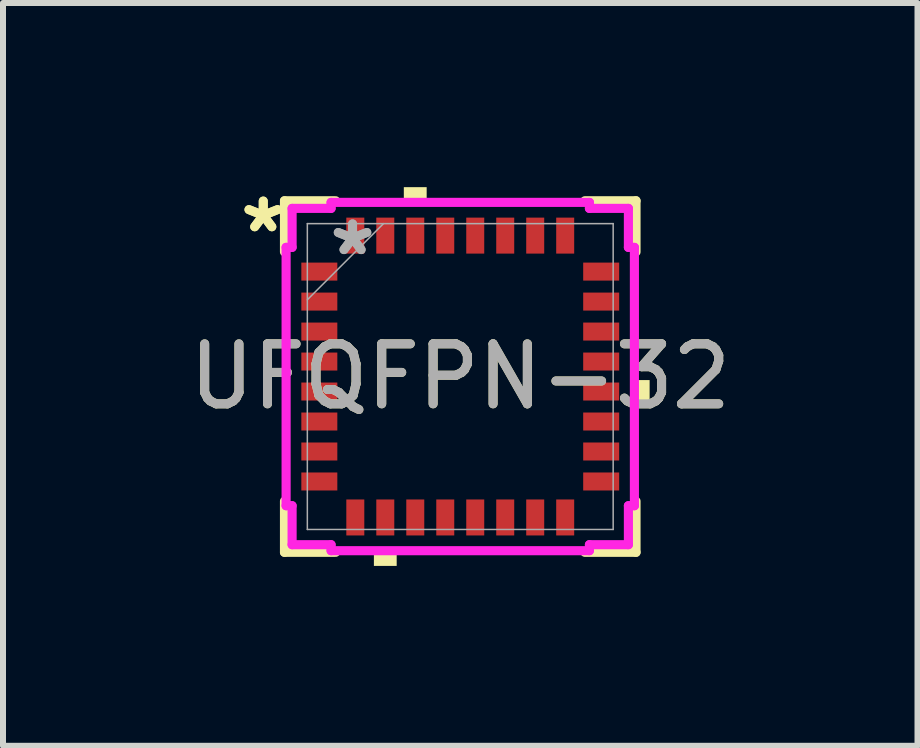
<source format=kicad_pcb>
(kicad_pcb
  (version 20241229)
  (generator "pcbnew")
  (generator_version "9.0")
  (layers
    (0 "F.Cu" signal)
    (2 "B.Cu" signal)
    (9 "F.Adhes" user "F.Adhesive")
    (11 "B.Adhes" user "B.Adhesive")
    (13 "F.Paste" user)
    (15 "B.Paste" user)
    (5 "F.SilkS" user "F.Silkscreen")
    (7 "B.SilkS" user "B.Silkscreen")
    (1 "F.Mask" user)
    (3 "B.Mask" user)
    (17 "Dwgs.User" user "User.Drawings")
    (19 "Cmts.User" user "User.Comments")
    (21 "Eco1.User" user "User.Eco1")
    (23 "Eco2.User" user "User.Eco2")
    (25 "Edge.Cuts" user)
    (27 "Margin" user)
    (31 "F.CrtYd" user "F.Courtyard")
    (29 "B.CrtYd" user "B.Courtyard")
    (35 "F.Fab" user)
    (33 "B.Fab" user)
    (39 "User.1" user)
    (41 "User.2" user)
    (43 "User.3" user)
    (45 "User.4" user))
  (footprint "UFQFPN-32"
    (layer "F.Cu")
    (at 4.625 3.229)
    (property "Reference" "UFQFPN-32" (at 0 0 0) (unlocked yes) (layer "F.SilkS") (effects (font (size 1 1) (thickness 0.15))))
    (attr smd)
    (fp_poly (pts (xy -2.65 -1.9) (xy -2.65 -1.6) (xy -2.05 -1.6) (xy -2.05 -1.9)) (stroke (width 0) (type solid)) (fill yes) (layer "F.Mask"))
    (fp_poly (pts (xy -2.65 -1.4) (xy -2.65 -1.1) (xy -2.05 -1.1) (xy -2.05 -1.4)) (stroke (width 0) (type solid)) (fill yes) (layer "F.Mask"))
    (fp_poly (pts (xy -2.65 -0.9) (xy -2.65 -0.6) (xy -2.05 -0.6) (xy -2.05 -0.9)) (stroke (width 0) (type solid)) (fill yes) (layer "F.Mask"))
    (fp_poly (pts (xy -2.65 -0.4) (xy -2.65 -0.1) (xy -2.05 -0.1) (xy -2.05 -0.4)) (stroke (width 0) (type solid)) (fill yes) (layer "F.Mask"))
    (fp_poly (pts (xy -2.65 0.1) (xy -2.65 0.4) (xy -2.05 0.4) (xy -2.05 0.1)) (stroke (width 0) (type solid)) (fill yes) (layer "F.Mask"))
    (fp_poly (pts (xy -2.65 0.6) (xy -2.65 0.9) (xy -2.05 0.9) (xy -2.05 0.6)) (stroke (width 0) (type solid)) (fill yes) (layer "F.Mask"))
    (fp_poly (pts (xy -2.65 1.1) (xy -2.65 1.4) (xy -2.05 1.4) (xy -2.05 1.1)) (stroke (width 0) (type solid)) (fill yes) (layer "F.Mask"))
    (fp_poly (pts (xy -2.65 1.6) (xy -2.65 1.9) (xy -2.05 1.9) (xy -2.05 1.6)) (stroke (width 0) (type solid)) (fill yes) (layer "F.Mask"))
    (fp_poly (pts (xy -1.9 -2.65) (xy -1.9 -2.05) (xy -1.6 -2.05) (xy -1.6 -2.65)) (stroke (width 0) (type solid)) (fill yes) (layer "F.Mask"))
    (fp_poly (pts (xy -1.9 2.05) (xy -1.9 2.65) (xy -1.6 2.65) (xy -1.6 2.05)) (stroke (width 0) (type solid)) (fill yes) (layer "F.Mask"))
    (fp_poly (pts (xy -1.4 -2.65) (xy -1.4 -2.05) (xy -1.1 -2.05) (xy -1.1 -2.65)) (stroke (width 0) (type solid)) (fill yes) (layer "F.Mask"))
    (fp_poly (pts (xy -1.4 2.05) (xy -1.4 2.65) (xy -1.1 2.65) (xy -1.1 2.05)) (stroke (width 0) (type solid)) (fill yes) (layer "F.Mask"))
    (fp_poly (pts (xy -0.9 -2.65) (xy -0.9 -2.05) (xy -0.6 -2.05) (xy -0.6 -2.65)) (stroke (width 0) (type solid)) (fill yes) (layer "F.Mask"))
    (fp_poly (pts (xy -0.9 2.05) (xy -0.9 2.65) (xy -0.6 2.65) (xy -0.6 2.05)) (stroke (width 0) (type solid)) (fill yes) (layer "F.Mask"))
    (fp_poly (pts (xy -0.4 -2.65) (xy -0.4 -2.05) (xy -0.1 -2.05) (xy -0.1 -2.65)) (stroke (width 0) (type solid)) (fill yes) (layer "F.Mask"))
    (fp_poly (pts (xy -0.4 2.05) (xy -0.4 2.65) (xy -0.1 2.65) (xy -0.1 2.05)) (stroke (width 0) (type solid)) (fill yes) (layer "F.Mask"))
    (fp_poly (pts (xy 0.1 -2.65) (xy 0.1 -2.05) (xy 0.4 -2.05) (xy 0.4 -2.65)) (stroke (width 0) (type solid)) (fill yes) (layer "F.Mask"))
    (fp_poly (pts (xy 0.1 2.05) (xy 0.1 2.65) (xy 0.4 2.65) (xy 0.4 2.05)) (stroke (width 0) (type solid)) (fill yes) (layer "F.Mask"))
    (fp_poly (pts (xy 0.6 -2.65) (xy 0.6 -2.05) (xy 0.9 -2.05) (xy 0.9 -2.65)) (stroke (width 0) (type solid)) (fill yes) (layer "F.Mask"))
    (fp_poly (pts (xy 0.6 2.05) (xy 0.6 2.65) (xy 0.9 2.65) (xy 0.9 2.05)) (stroke (width 0) (type solid)) (fill yes) (layer "F.Mask"))
    (fp_poly (pts (xy 1.1 -2.65) (xy 1.1 -2.05) (xy 1.4 -2.05) (xy 1.4 -2.65)) (stroke (width 0) (type solid)) (fill yes) (layer "F.Mask"))
    (fp_poly (pts (xy 1.1 2.05) (xy 1.1 2.65) (xy 1.4 2.65) (xy 1.4 2.05)) (stroke (width 0) (type solid)) (fill yes) (layer "F.Mask"))
    (fp_poly (pts (xy 1.6 -2.65) (xy 1.6 -2.05) (xy 1.9 -2.05) (xy 1.9 -2.65)) (stroke (width 0) (type solid)) (fill yes) (layer "F.Mask"))
    (fp_poly (pts (xy 1.6 2.05) (xy 1.6 2.65) (xy 1.9 2.65) (xy 1.9 2.05)) (stroke (width 0) (type solid)) (fill yes) (layer "F.Mask"))
    (fp_poly (pts (xy 2.05 -1.9) (xy 2.05 -1.6) (xy 2.65 -1.6) (xy 2.65 -1.9)) (stroke (width 0) (type solid)) (fill yes) (layer "F.Mask"))
    (fp_poly (pts (xy 2.05 -1.4) (xy 2.05 -1.1) (xy 2.65 -1.1) (xy 2.65 -1.4)) (stroke (width 0) (type solid)) (fill yes) (layer "F.Mask"))
    (fp_poly (pts (xy 2.05 -0.9) (xy 2.05 -0.6) (xy 2.65 -0.6) (xy 2.65 -0.9)) (stroke (width 0) (type solid)) (fill yes) (layer "F.Mask"))
    (fp_poly (pts (xy 2.05 -0.4) (xy 2.05 -0.1) (xy 2.65 -0.1) (xy 2.65 -0.4)) (stroke (width 0) (type solid)) (fill yes) (layer "F.Mask"))
    (fp_poly (pts (xy 2.05 0.1) (xy 2.05 0.4) (xy 2.65 0.4) (xy 2.65 0.1)) (stroke (width 0) (type solid)) (fill yes) (layer "F.Mask"))
    (fp_poly (pts (xy 2.05 0.6) (xy 2.05 0.9) (xy 2.65 0.9) (xy 2.65 0.6)) (stroke (width 0) (type solid)) (fill yes) (layer "F.Mask"))
    (fp_poly (pts (xy 2.05 1.1) (xy 2.05 1.4) (xy 2.65 1.4) (xy 2.65 1.1)) (stroke (width 0) (type solid)) (fill yes) (layer "F.Mask"))
    (fp_poly (pts (xy 2.05 1.6) (xy 2.05 1.9) (xy 2.65 1.9) (xy 2.65 1.6)) (stroke (width 0) (type solid)) (fill yes) (layer "F.Mask"))
    (fp_line (start -2.931 -2.931) (end -2.931 -2.078) (stroke (width 0.152) (type solid)) (layer "F.SilkS"))
    (fp_line (start -2.931 2.078) (end -2.931 2.931) (stroke (width 0.152) (type solid)) (layer "F.SilkS"))
    (fp_line (start -2.931 2.931) (end -2.078 2.931) (stroke (width 0.152) (type solid)) (layer "F.SilkS"))
    (fp_line (start -2.078 -2.931) (end -2.931 -2.931) (stroke (width 0.152) (type solid)) (layer "F.SilkS"))
    (fp_line (start 2.078 2.931) (end 2.931 2.931) (stroke (width 0.152) (type solid)) (layer "F.SilkS"))
    (fp_line (start 2.931 -2.931) (end 2.078 -2.931) (stroke (width 0.152) (type solid)) (layer "F.SilkS"))
    (fp_line (start 2.931 -2.078) (end 2.931 -2.931) (stroke (width 0.152) (type solid)) (layer "F.SilkS"))
    (fp_line (start 2.931 2.931) (end 2.931 2.078) (stroke (width 0.152) (type solid)) (layer "F.SilkS"))
    (fp_poly (pts (xy -1.44 2.904) (xy -1.44 3.158) (xy -1.06 3.158) (xy -1.06 2.904)) (stroke (width 0) (type solid)) (fill yes) (layer "F.SilkS"))
    (fp_poly (pts (xy -0.941 -2.904) (xy -0.941 -3.158) (xy -0.56 -3.158) (xy -0.56 -2.904)) (stroke (width 0) (type solid)) (fill yes) (layer "F.SilkS"))
    (fp_poly (pts (xy 3.158 0.059) (xy 3.158 0.441) (xy 2.904 0.441) (xy 2.904 0.059)) (stroke (width 0) (type solid)) (fill yes) (layer "F.SilkS"))
    (fp_poly (pts (xy -2.65 -1.9) (xy -2.65 -1.6) (xy -2.05 -1.6) (xy -2.05 -1.9)) (stroke (width 0) (type solid)) (fill yes) (layer "F.Paste"))
    (fp_poly (pts (xy -2.65 -1.4) (xy -2.65 -1.1) (xy -2.05 -1.1) (xy -2.05 -1.4)) (stroke (width 0) (type solid)) (fill yes) (layer "F.Paste"))
    (fp_poly (pts (xy -2.65 -0.9) (xy -2.65 -0.6) (xy -2.05 -0.6) (xy -2.05 -0.9)) (stroke (width 0) (type solid)) (fill yes) (layer "F.Paste"))
    (fp_poly (pts (xy -2.65 -0.4) (xy -2.65 -0.1) (xy -2.05 -0.1) (xy -2.05 -0.4)) (stroke (width 0) (type solid)) (fill yes) (layer "F.Paste"))
    (fp_poly (pts (xy -2.65 0.1) (xy -2.65 0.4) (xy -2.05 0.4) (xy -2.05 0.1)) (stroke (width 0) (type solid)) (fill yes) (layer "F.Paste"))
    (fp_poly (pts (xy -2.65 0.6) (xy -2.65 0.9) (xy -2.05 0.9) (xy -2.05 0.6)) (stroke (width 0) (type solid)) (fill yes) (layer "F.Paste"))
    (fp_poly (pts (xy -2.65 1.1) (xy -2.65 1.4) (xy -2.05 1.4) (xy -2.05 1.1)) (stroke (width 0) (type solid)) (fill yes) (layer "F.Paste"))
    (fp_poly (pts (xy -2.65 1.6) (xy -2.65 1.9) (xy -2.05 1.9) (xy -2.05 1.6)) (stroke (width 0) (type solid)) (fill yes) (layer "F.Paste"))
    (fp_poly (pts (xy -1.9 -2.65) (xy -1.9 -2.05) (xy -1.6 -2.05) (xy -1.6 -2.65)) (stroke (width 0) (type solid)) (fill yes) (layer "F.Paste"))
    (fp_poly (pts (xy -1.9 2.05) (xy -1.9 2.65) (xy -1.6 2.65) (xy -1.6 2.05)) (stroke (width 0) (type solid)) (fill yes) (layer "F.Paste"))
    (fp_poly (pts (xy -1.4 -2.65) (xy -1.4 -2.05) (xy -1.1 -2.05) (xy -1.1 -2.65)) (stroke (width 0) (type solid)) (fill yes) (layer "F.Paste"))
    (fp_poly (pts (xy -1.4 2.05) (xy -1.4 2.65) (xy -1.1 2.65) (xy -1.1 2.05)) (stroke (width 0) (type solid)) (fill yes) (layer "F.Paste"))
    (fp_poly (pts (xy -0.9 -2.65) (xy -0.9 -2.05) (xy -0.6 -2.05) (xy -0.6 -2.65)) (stroke (width 0) (type solid)) (fill yes) (layer "F.Paste"))
    (fp_poly (pts (xy -0.9 2.05) (xy -0.9 2.65) (xy -0.6 2.65) (xy -0.6 2.05)) (stroke (width 0) (type solid)) (fill yes) (layer "F.Paste"))
    (fp_poly (pts (xy -0.4 -2.65) (xy -0.4 -2.05) (xy -0.1 -2.05) (xy -0.1 -2.65)) (stroke (width 0) (type solid)) (fill yes) (layer "F.Paste"))
    (fp_poly (pts (xy -0.4 2.05) (xy -0.4 2.65) (xy -0.1 2.65) (xy -0.1 2.05)) (stroke (width 0) (type solid)) (fill yes) (layer "F.Paste"))
    (fp_poly (pts (xy 0.1 -2.65) (xy 0.1 -2.05) (xy 0.4 -2.05) (xy 0.4 -2.65)) (stroke (width 0) (type solid)) (fill yes) (layer "F.Paste"))
    (fp_poly (pts (xy 0.1 2.05) (xy 0.1 2.65) (xy 0.4 2.65) (xy 0.4 2.05)) (stroke (width 0) (type solid)) (fill yes) (layer "F.Paste"))
    (fp_poly (pts (xy 0.6 -2.65) (xy 0.6 -2.05) (xy 0.9 -2.05) (xy 0.9 -2.65)) (stroke (width 0) (type solid)) (fill yes) (layer "F.Paste"))
    (fp_poly (pts (xy 0.6 2.05) (xy 0.6 2.65) (xy 0.9 2.65) (xy 0.9 2.05)) (stroke (width 0) (type solid)) (fill yes) (layer "F.Paste"))
    (fp_poly (pts (xy 1.1 -2.65) (xy 1.1 -2.05) (xy 1.4 -2.05) (xy 1.4 -2.65)) (stroke (width 0) (type solid)) (fill yes) (layer "F.Paste"))
    (fp_poly (pts (xy 1.1 2.05) (xy 1.1 2.65) (xy 1.4 2.65) (xy 1.4 2.05)) (stroke (width 0) (type solid)) (fill yes) (layer "F.Paste"))
    (fp_poly (pts (xy 1.6 -2.65) (xy 1.6 -2.05) (xy 1.9 -2.05) (xy 1.9 -2.65)) (stroke (width 0) (type solid)) (fill yes) (layer "F.Paste"))
    (fp_poly (pts (xy 1.6 2.05) (xy 1.6 2.65) (xy 1.9 2.65) (xy 1.9 2.05)) (stroke (width 0) (type solid)) (fill yes) (layer "F.Paste"))
    (fp_poly (pts (xy 2.05 -1.9) (xy 2.05 -1.6) (xy 2.65 -1.6) (xy 2.65 -1.9)) (stroke (width 0) (type solid)) (fill yes) (layer "F.Paste"))
    (fp_poly (pts (xy 2.05 -1.4) (xy 2.05 -1.1) (xy 2.65 -1.1) (xy 2.65 -1.4)) (stroke (width 0) (type solid)) (fill yes) (layer "F.Paste"))
    (fp_poly (pts (xy 2.05 -0.9) (xy 2.05 -0.6) (xy 2.65 -0.6) (xy 2.65 -0.9)) (stroke (width 0) (type solid)) (fill yes) (layer "F.Paste"))
    (fp_poly (pts (xy 2.05 -0.4) (xy 2.05 -0.1) (xy 2.65 -0.1) (xy 2.65 -0.4)) (stroke (width 0) (type solid)) (fill yes) (layer "F.Paste"))
    (fp_poly (pts (xy 2.05 0.1) (xy 2.05 0.4) (xy 2.65 0.4) (xy 2.65 0.1)) (stroke (width 0) (type solid)) (fill yes) (layer "F.Paste"))
    (fp_poly (pts (xy 2.05 0.6) (xy 2.05 0.9) (xy 2.65 0.9) (xy 2.65 0.6)) (stroke (width 0) (type solid)) (fill yes) (layer "F.Paste"))
    (fp_poly (pts (xy 2.05 1.1) (xy 2.05 1.4) (xy 2.65 1.4) (xy 2.65 1.1)) (stroke (width 0) (type solid)) (fill yes) (layer "F.Paste"))
    (fp_poly (pts (xy 2.05 1.6) (xy 2.05 1.9) (xy 2.65 1.9) (xy 2.65 1.6)) (stroke (width 0) (type solid)) (fill yes) (layer "F.Paste"))
    (fp_line (start -2.904 -2.154) (end -2.804 -2.154) (stroke (width 0.152) (type solid)) (layer "F.CrtYd"))
    (fp_line (start -2.904 2.154) (end -2.904 -2.154) (stroke (width 0.152) (type solid)) (layer "F.CrtYd"))
    (fp_line (start -2.804 -2.804) (end -2.154 -2.804) (stroke (width 0.152) (type solid)) (layer "F.CrtYd"))
    (fp_line (start -2.804 -2.154) (end -2.804 -2.804) (stroke (width 0.152) (type solid)) (layer "F.CrtYd"))
    (fp_line (start -2.804 2.154) (end -2.904 2.154) (stroke (width 0.152) (type solid)) (layer "F.CrtYd"))
    (fp_line (start -2.804 2.804) (end -2.804 2.154) (stroke (width 0.152) (type solid)) (layer "F.CrtYd"))
    (fp_line (start -2.154 -2.904) (end 2.154 -2.904) (stroke (width 0.152) (type solid)) (layer "F.CrtYd"))
    (fp_line (start -2.154 -2.804) (end -2.154 -2.904) (stroke (width 0.152) (type solid)) (layer "F.CrtYd"))
    (fp_line (start -2.154 2.804) (end -2.804 2.804) (stroke (width 0.152) (type solid)) (layer "F.CrtYd"))
    (fp_line (start -2.154 2.904) (end -2.154 2.804) (stroke (width 0.152) (type solid)) (layer "F.CrtYd"))
    (fp_line (start 2.154 -2.904) (end 2.154 -2.804) (stroke (width 0.152) (type solid)) (layer "F.CrtYd"))
    (fp_line (start 2.154 -2.804) (end 2.804 -2.804) (stroke (width 0.152) (type solid)) (layer "F.CrtYd"))
    (fp_line (start 2.154 2.804) (end 2.154 2.904) (stroke (width 0.152) (type solid)) (layer "F.CrtYd"))
    (fp_line (start 2.154 2.904) (end -2.154 2.904) (stroke (width 0.152) (type solid)) (layer "F.CrtYd"))
    (fp_line (start 2.804 -2.804) (end 2.804 -2.154) (stroke (width 0.152) (type solid)) (layer "F.CrtYd"))
    (fp_line (start 2.804 -2.154) (end 2.904 -2.154) (stroke (width 0.152) (type solid)) (layer "F.CrtYd"))
    (fp_line (start 2.804 2.154) (end 2.804 2.804) (stroke (width 0.152) (type solid)) (layer "F.CrtYd"))
    (fp_line (start 2.804 2.804) (end 2.154 2.804) (stroke (width 0.152) (type solid)) (layer "F.CrtYd"))
    (fp_line (start 2.904 -2.154) (end 2.904 2.154) (stroke (width 0.152) (type solid)) (layer "F.CrtYd"))
    (fp_line (start 2.904 2.154) (end 2.804 2.154) (stroke (width 0.152) (type solid)) (layer "F.CrtYd"))
    (fp_line (start -2.55 -2.55) (end -2.55 2.55) (stroke (width 0.025) (type solid)) (layer "F.Fab"))
    (fp_line (start -2.55 -1.28) (end -1.28 -2.55) (stroke (width 0.025) (type solid)) (layer "F.Fab"))
    (fp_line (start -2.55 2.55) (end 2.55 2.55) (stroke (width 0.025) (type solid)) (layer "F.Fab"))
    (fp_line (start 2.55 -2.55) (end -2.55 -2.55) (stroke (width 0.025) (type solid)) (layer "F.Fab"))
    (fp_line (start 2.55 2.55) (end 2.55 -2.55) (stroke (width 0.025) (type solid)) (layer "F.Fab"))
    (fp_text user "*" (at -3.285 -2.381 0) (unlocked yes) (layer "F.SilkS") (effects (font (size 1 1) (thickness 0.15))))
    (fp_text user "*" (at -3.285 -2.381 0) (layer "F.SilkS") (effects (font (size 1 1) (thickness 0.15))))
    (fp_text user "${REFERENCE}" (at 0 0 0) (unlocked yes) (layer "F.Fab") (effects (font (size 1 1) (thickness 0.15))))
    (fp_text user "*" (at -1.796 -2 0) (unlocked yes) (layer "F.Fab") (effects (font (size 1 1) (thickness 0.15))))
    (fp_text user "*" (at -1.796 -2 0) (layer "F.Fab") (effects (font (size 1 1) (thickness 0.15))))
    (pad "1" smd rect (at -2.35 -1.75 90) (size 0.3 0.6) (layers "F.Cu" "F.Mask" "F.Paste"))
    (pad "2" smd rect (at -2.35 -1.25 90) (size 0.3 0.6) (layers "F.Cu" "F.Mask" "F.Paste"))
    (pad "3" smd rect (at -2.35 -0.75 90) (size 0.3 0.6) (layers "F.Cu" "F.Mask" "F.Paste"))
    (pad "4" smd rect (at -2.35 -0.25 90) (size 0.3 0.6) (layers "F.Cu" "F.Mask" "F.Paste"))
    (pad "5" smd rect (at -2.35 0.25 90) (size 0.3 0.6) (layers "F.Cu" "F.Mask" "F.Paste"))
    (pad "6" smd rect (at -2.35 0.75 90) (size 0.3 0.6) (layers "F.Cu" "F.Mask" "F.Paste"))
    (pad "7" smd rect (at -2.35 1.25 90) (size 0.3 0.6) (layers "F.Cu" "F.Mask" "F.Paste"))
    (pad "8" smd rect (at -2.35 1.75 90) (size 0.3 0.6) (layers "F.Cu" "F.Mask" "F.Paste"))
    (pad "9" smd rect (at -1.75 2.35) (size 0.3 0.6) (layers "F.Cu" "F.Mask" "F.Paste"))
    (pad "10" smd rect (at -1.25 2.35) (size 0.3 0.6) (layers "F.Cu" "F.Mask" "F.Paste"))
    (pad "11" smd rect (at -0.75 2.35) (size 0.3 0.6) (layers "F.Cu" "F.Mask" "F.Paste"))
    (pad "12" smd rect (at -0.25 2.35) (size 0.3 0.6) (layers "F.Cu" "F.Mask" "F.Paste"))
    (pad "13" smd rect (at 0.25 2.35) (size 0.3 0.6) (layers "F.Cu" "F.Mask" "F.Paste"))
    (pad "14" smd rect (at 0.75 2.35) (size 0.3 0.6) (layers "F.Cu" "F.Mask" "F.Paste"))
    (pad "15" smd rect (at 1.25 2.35) (size 0.3 0.6) (layers "F.Cu" "F.Mask" "F.Paste"))
    (pad "16" smd rect (at 1.75 2.35) (size 0.3 0.6) (layers "F.Cu" "F.Mask" "F.Paste"))
    (pad "17" smd rect (at 2.35 1.75 90) (size 0.3 0.6) (layers "F.Cu" "F.Mask" "F.Paste"))
    (pad "18" smd rect (at 2.35 1.25 90) (size 0.3 0.6) (layers "F.Cu" "F.Mask" "F.Paste"))
    (pad "19" smd rect (at 2.35 0.75 90) (size 0.3 0.6) (layers "F.Cu" "F.Mask" "F.Paste"))
    (pad "20" smd rect (at 2.35 0.25 90) (size 0.3 0.6) (layers "F.Cu" "F.Mask" "F.Paste"))
    (pad "21" smd rect (at 2.35 -0.25 90) (size 0.3 0.6) (layers "F.Cu" "F.Mask" "F.Paste"))
    (pad "22" smd rect (at 2.35 -0.75 90) (size 0.3 0.6) (layers "F.Cu" "F.Mask" "F.Paste"))
    (pad "23" smd rect (at 2.35 -1.25 90) (size 0.3 0.6) (layers "F.Cu" "F.Mask" "F.Paste"))
    (pad "24" smd rect (at 2.35 -1.75 90) (size 0.3 0.6) (layers "F.Cu" "F.Mask" "F.Paste"))
    (pad "25" smd rect (at 1.75 -2.35) (size 0.3 0.6) (layers "F.Cu" "F.Mask" "F.Paste"))
    (pad "26" smd rect (at 1.25 -2.35) (size 0.3 0.6) (layers "F.Cu" "F.Mask" "F.Paste"))
    (pad "27" smd rect (at 0.75 -2.35) (size 0.3 0.6) (layers "F.Cu" "F.Mask" "F.Paste"))
    (pad "28" smd rect (at 0.25 -2.35) (size 0.3 0.6) (layers "F.Cu" "F.Mask" "F.Paste"))
    (pad "29" smd rect (at -0.25 -2.35) (size 0.3 0.6) (layers "F.Cu" "F.Mask" "F.Paste"))
    (pad "30" smd rect (at -0.75 -2.35) (size 0.3 0.6) (layers "F.Cu" "F.Mask" "F.Paste"))
    (pad "31" smd rect (at -1.25 -2.35) (size 0.3 0.6) (layers "F.Cu" "F.Mask" "F.Paste"))
    (pad "32" smd rect (at -1.75 -2.35) (size 0.3 0.6) (layers "F.Cu" "F.Mask" "F.Paste")))
  (gr_rect
    (start -3 -3)
    (end 12.25 9.387)
    (stroke (width 0.1) (type default))
    (fill no)
    (layer "Edge.Cuts")))
</source>
